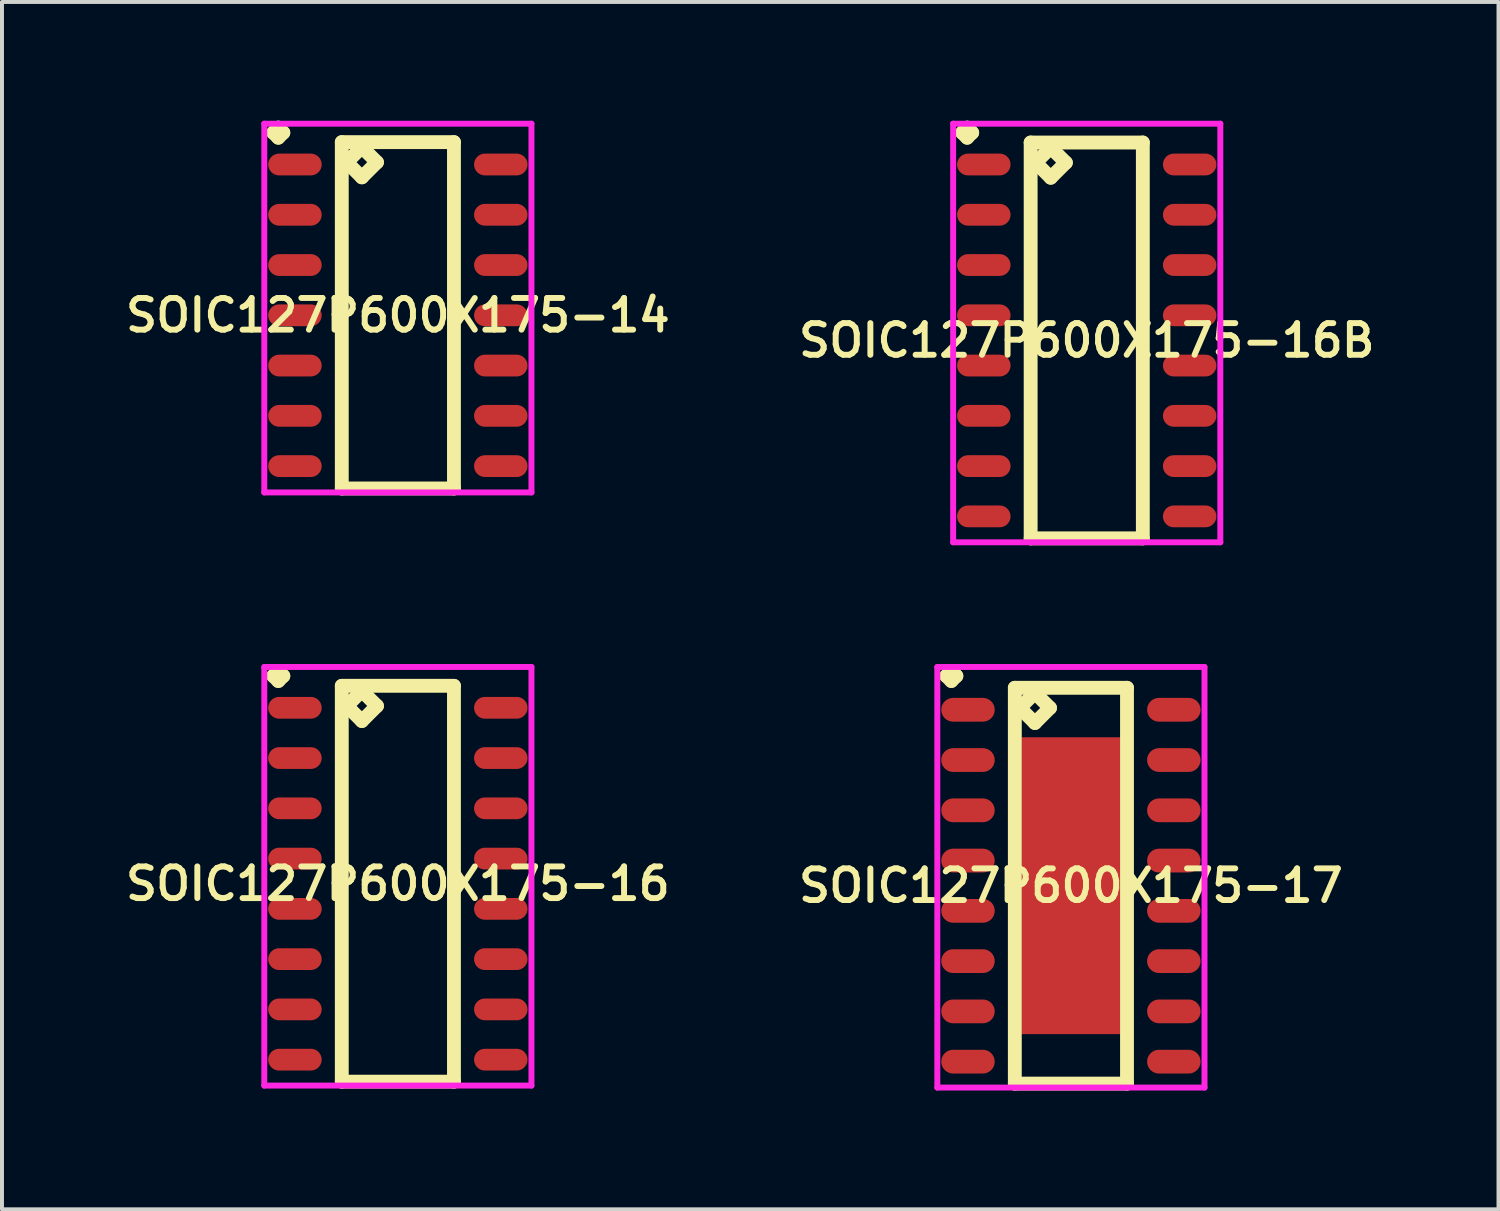
<source format=kicad_pcb>
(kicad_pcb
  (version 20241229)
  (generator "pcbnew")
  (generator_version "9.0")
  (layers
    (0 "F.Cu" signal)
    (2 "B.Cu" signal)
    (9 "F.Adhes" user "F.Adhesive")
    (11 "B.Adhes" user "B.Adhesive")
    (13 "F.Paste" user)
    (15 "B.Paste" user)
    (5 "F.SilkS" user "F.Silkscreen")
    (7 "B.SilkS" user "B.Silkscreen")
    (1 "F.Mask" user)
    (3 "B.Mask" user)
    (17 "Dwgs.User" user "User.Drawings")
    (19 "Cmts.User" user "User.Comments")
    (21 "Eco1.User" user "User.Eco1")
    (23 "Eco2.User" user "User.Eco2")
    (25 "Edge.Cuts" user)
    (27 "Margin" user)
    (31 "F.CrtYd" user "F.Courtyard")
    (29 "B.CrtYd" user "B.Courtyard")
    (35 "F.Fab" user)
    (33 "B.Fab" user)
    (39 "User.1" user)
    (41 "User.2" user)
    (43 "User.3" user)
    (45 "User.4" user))
  (footprint "SOIC127P600X175-16"
    (layer "F.Cu")
    (at 7.002 19.277)
    (property "Reference" "SOIC127P600X175-16" (at 0 0 0) (layer "F.SilkS") (effects (font (size 0.8 0.8) (thickness 0.15))))
    (attr smd)
    (fp_line (start -3.148 -5.249) (end -3.021 -5.376) (stroke (width 0.35) (type solid)) (layer "F.SilkS"))
    (fp_line (start -3.021 -5.376) (end -2.894 -5.249) (stroke (width 0.35) (type solid)) (layer "F.SilkS"))
    (fp_line (start -3.021 -5.122) (end -3.148 -5.249) (stroke (width 0.35) (type solid)) (layer "F.SilkS"))
    (fp_line (start -2.894 -5.249) (end -3.021 -5.122) (stroke (width 0.35) (type solid)) (layer "F.SilkS"))
    (fp_line (start -1.417 -5) (end -1.417 5) (stroke (width 0.35) (type solid)) (layer "F.SilkS"))
    (fp_line (start -1.417 5) (end 1.417 5) (stroke (width 0.35) (type solid)) (layer "F.SilkS"))
    (fp_line (start -1.29 -4.492) (end -0.909 -4.873) (stroke (width 0.35) (type solid)) (layer "F.SilkS"))
    (fp_line (start -0.909 -4.873) (end -0.528 -4.492) (stroke (width 0.35) (type solid)) (layer "F.SilkS"))
    (fp_line (start -0.909 -4.111) (end -1.29 -4.492) (stroke (width 0.35) (type solid)) (layer "F.SilkS"))
    (fp_line (start -0.528 -4.492) (end -0.909 -4.111) (stroke (width 0.35) (type solid)) (layer "F.SilkS"))
    (fp_line (start 1.417 -5) (end -1.417 -5) (stroke (width 0.35) (type solid)) (layer "F.SilkS"))
    (fp_line (start 1.417 5) (end 1.417 -5) (stroke (width 0.35) (type solid)) (layer "F.SilkS"))
    (fp_line (start -3.375 -5.476) (end 3.375 -5.476) (stroke (width 0.15) (type solid)) (layer "F.CrtYd"))
    (fp_line (start -3.375 5.1) (end -3.375 -5.476) (stroke (width 0.15) (type solid)) (layer "F.CrtYd"))
    (fp_line (start 3.375 -5.476) (end 3.375 5.1) (stroke (width 0.15) (type solid)) (layer "F.CrtYd"))
    (fp_line (start 3.375 5.1) (end -3.375 5.1) (stroke (width 0.15) (type solid)) (layer "F.CrtYd"))
    (pad "1" smd oval (at -2.6 -4.445) (size 1.35 0.55) (layers "F.Cu" "F.Mask" "F.Paste"))
    (pad "2" smd oval (at -2.6 -3.175) (size 1.35 0.55) (layers "F.Cu" "F.Mask" "F.Paste"))
    (pad "3" smd oval (at -2.6 -1.905) (size 1.35 0.55) (layers "F.Cu" "F.Mask" "F.Paste"))
    (pad "4" smd oval (at -2.6 -0.635) (size 1.35 0.55) (layers "F.Cu" "F.Mask" "F.Paste"))
    (pad "5" smd oval (at -2.6 0.635) (size 1.35 0.55) (layers "F.Cu" "F.Mask" "F.Paste"))
    (pad "6" smd oval (at -2.6 1.905) (size 1.35 0.55) (layers "F.Cu" "F.Mask" "F.Paste"))
    (pad "7" smd oval (at -2.6 3.175) (size 1.35 0.55) (layers "F.Cu" "F.Mask" "F.Paste"))
    (pad "8" smd oval (at -2.6 4.445) (size 1.35 0.55) (layers "F.Cu" "F.Mask" "F.Paste"))
    (pad "9" smd oval (at 2.6 4.445) (size 1.35 0.55) (layers "F.Cu" "F.Mask" "F.Paste"))
    (pad "10" smd oval (at 2.6 3.175) (size 1.35 0.55) (layers "F.Cu" "F.Mask" "F.Paste"))
    (pad "11" smd oval (at 2.6 1.905) (size 1.35 0.55) (layers "F.Cu" "F.Mask" "F.Paste"))
    (pad "12" smd oval (at 2.6 0.635) (size 1.35 0.55) (layers "F.Cu" "F.Mask" "F.Paste"))
    (pad "13" smd oval (at 2.6 -0.635) (size 1.35 0.55) (layers "F.Cu" "F.Mask" "F.Paste"))
    (pad "14" smd oval (at 2.6 -1.905) (size 1.35 0.55) (layers "F.Cu" "F.Mask" "F.Paste"))
    (pad "15" smd oval (at 2.6 -3.175) (size 1.35 0.55) (layers "F.Cu" "F.Mask" "F.Paste"))
    (pad "16" smd oval (at 2.6 -4.445) (size 1.35 0.55) (layers "F.Cu" "F.Mask" "F.Paste")))
  (footprint "SOIC127P600X175-16B"
    (layer "F.Cu")
    (at 24.406 5.551)
    (property "Reference" "SOIC127P600X175-16B" (at 0 0 0) (layer "F.SilkS") (effects (font (size 0.8 0.8) (thickness 0.15))))
    (attr through_hole)
    (fp_line (start -3.148 -5.249) (end -3.021 -5.376) (stroke (width 0.35) (type solid)) (layer "F.SilkS"))
    (fp_line (start -3.021 -5.376) (end -2.894 -5.249) (stroke (width 0.35) (type solid)) (layer "F.SilkS"))
    (fp_line (start -3.021 -5.122) (end -3.148 -5.249) (stroke (width 0.35) (type solid)) (layer "F.SilkS"))
    (fp_line (start -2.894 -5.249) (end -3.021 -5.122) (stroke (width 0.35) (type solid)) (layer "F.SilkS"))
    (fp_line (start -1.417 -5) (end -1.417 5) (stroke (width 0.35) (type solid)) (layer "F.SilkS"))
    (fp_line (start -1.417 5) (end 1.417 5) (stroke (width 0.35) (type solid)) (layer "F.SilkS"))
    (fp_line (start -1.29 -4.492) (end -0.909 -4.873) (stroke (width 0.35) (type solid)) (layer "F.SilkS"))
    (fp_line (start -0.909 -4.873) (end -0.528 -4.492) (stroke (width 0.35) (type solid)) (layer "F.SilkS"))
    (fp_line (start -0.909 -4.111) (end -1.29 -4.492) (stroke (width 0.35) (type solid)) (layer "F.SilkS"))
    (fp_line (start -0.528 -4.492) (end -0.909 -4.111) (stroke (width 0.35) (type solid)) (layer "F.SilkS"))
    (fp_line (start 1.417 -5) (end -1.417 -5) (stroke (width 0.35) (type solid)) (layer "F.SilkS"))
    (fp_line (start 1.417 5) (end 1.417 -5) (stroke (width 0.35) (type solid)) (layer "F.SilkS"))
    (fp_line (start -3.375 -5.476) (end 3.375 -5.476) (stroke (width 0.15) (type solid)) (layer "F.CrtYd"))
    (fp_line (start -3.375 5.1) (end -3.375 -5.476) (stroke (width 0.15) (type solid)) (layer "F.CrtYd"))
    (fp_line (start 3.375 -5.476) (end 3.375 5.1) (stroke (width 0.15) (type solid)) (layer "F.CrtYd"))
    (fp_line (start 3.375 5.1) (end -3.375 5.1) (stroke (width 0.15) (type solid)) (layer "F.CrtYd"))
    (pad "1" smd oval (at -2.6 -4.445) (size 1.35 0.55) (layers "F.Cu" "F.Mask" "F.Paste"))
    (pad "2" smd oval (at -2.6 -3.175) (size 1.35 0.55) (layers "F.Cu" "F.Mask" "F.Paste"))
    (pad "3" smd oval (at -2.6 -1.905) (size 1.35 0.55) (layers "F.Cu" "F.Mask" "F.Paste"))
    (pad "4" smd oval (at -2.6 -0.635) (size 1.35 0.55) (layers "F.Cu" "F.Mask" "F.Paste"))
    (pad "5" smd oval (at -2.6 0.635) (size 1.35 0.55) (layers "F.Cu" "F.Mask" "F.Paste"))
    (pad "6" smd oval (at -2.6 1.905) (size 1.35 0.55) (layers "F.Cu" "F.Mask" "F.Paste"))
    (pad "7" smd oval (at -2.6 3.175) (size 1.35 0.55) (layers "F.Cu" "F.Mask" "F.Paste"))
    (pad "8" smd oval (at -2.6 4.445) (size 1.35 0.55) (layers "F.Cu" "F.Mask" "F.Paste"))
    (pad "9" smd oval (at 2.6 4.445) (size 1.35 0.55) (layers "F.Cu" "F.Mask" "F.Paste"))
    (pad "10" smd oval (at 2.6 3.175) (size 1.35 0.55) (layers "F.Cu" "F.Mask" "F.Paste"))
    (pad "11" smd oval (at 2.6 1.905) (size 1.35 0.55) (layers "F.Cu" "F.Mask" "F.Paste"))
    (pad "12" smd oval (at 2.6 0.635) (size 1.35 0.55) (layers "F.Cu" "F.Mask" "F.Paste"))
    (pad "13" smd oval (at 2.6 -0.635) (size 1.35 0.55) (layers "F.Cu" "F.Mask" "F.Paste"))
    (pad "14" smd oval (at 2.6 -1.905) (size 1.35 0.55) (layers "F.Cu" "F.Mask" "F.Paste"))
    (pad "15" smd oval (at 2.6 -3.175) (size 1.35 0.55) (layers "F.Cu" "F.Mask" "F.Paste"))
    (pad "16" smd oval (at 2.6 -4.445) (size 1.35 0.55) (layers "F.Cu" "F.Mask" "F.Paste")))
  (footprint "SOIC127P600X175-14"
    (layer "F.Cu")
    (at 7.002 4.916)
    (property "Reference" "SOIC127P600X175-14" (at 0 0 0) (layer "F.SilkS") (effects (font (size 0.8 0.8) (thickness 0.15))))
    (attr smd)
    (fp_line (start -3.148 -4.614) (end -3.021 -4.741) (stroke (width 0.35) (type solid)) (layer "F.SilkS"))
    (fp_line (start -3.021 -4.741) (end -2.894 -4.614) (stroke (width 0.35) (type solid)) (layer "F.SilkS"))
    (fp_line (start -3.021 -4.487) (end -3.148 -4.614) (stroke (width 0.35) (type solid)) (layer "F.SilkS"))
    (fp_line (start -2.894 -4.614) (end -3.021 -4.487) (stroke (width 0.35) (type solid)) (layer "F.SilkS"))
    (fp_line (start -1.417 -4.375) (end -1.417 4.375) (stroke (width 0.35) (type solid)) (layer "F.SilkS"))
    (fp_line (start -1.417 4.375) (end 1.417 4.375) (stroke (width 0.35) (type solid)) (layer "F.SilkS"))
    (fp_line (start -1.29 -3.867) (end -0.909 -4.248) (stroke (width 0.35) (type solid)) (layer "F.SilkS"))
    (fp_line (start -0.909 -4.248) (end -0.528 -3.867) (stroke (width 0.35) (type solid)) (layer "F.SilkS"))
    (fp_line (start -0.909 -3.486) (end -1.29 -3.867) (stroke (width 0.35) (type solid)) (layer "F.SilkS"))
    (fp_line (start -0.528 -3.867) (end -0.909 -3.486) (stroke (width 0.35) (type solid)) (layer "F.SilkS"))
    (fp_line (start 1.417 -4.375) (end -1.417 -4.375) (stroke (width 0.35) (type solid)) (layer "F.SilkS"))
    (fp_line (start 1.417 4.375) (end 1.417 -4.375) (stroke (width 0.35) (type solid)) (layer "F.SilkS"))
    (fp_line (start -3.375 -4.841) (end 3.375 -4.841) (stroke (width 0.15) (type solid)) (layer "F.CrtYd"))
    (fp_line (start -3.375 4.475) (end -3.375 -4.841) (stroke (width 0.15) (type solid)) (layer "F.CrtYd"))
    (fp_line (start 3.375 -4.841) (end 3.375 4.475) (stroke (width 0.15) (type solid)) (layer "F.CrtYd"))
    (fp_line (start 3.375 4.475) (end -3.375 4.475) (stroke (width 0.15) (type solid)) (layer "F.CrtYd"))
    (pad "1" smd oval (at -2.6 -3.81) (size 1.35 0.55) (layers "F.Cu" "F.Mask" "F.Paste"))
    (pad "2" smd oval (at -2.6 -2.54) (size 1.35 0.55) (layers "F.Cu" "F.Mask" "F.Paste"))
    (pad "3" smd oval (at -2.6 -1.27) (size 1.35 0.55) (layers "F.Cu" "F.Mask" "F.Paste"))
    (pad "4" smd oval (at -2.6 0) (size 1.35 0.55) (layers "F.Cu" "F.Mask" "F.Paste"))
    (pad "5" smd oval (at -2.6 1.27) (size 1.35 0.55) (layers "F.Cu" "F.Mask" "F.Paste"))
    (pad "6" smd oval (at -2.6 2.54) (size 1.35 0.55) (layers "F.Cu" "F.Mask" "F.Paste"))
    (pad "7" smd oval (at -2.6 3.81) (size 1.35 0.55) (layers "F.Cu" "F.Mask" "F.Paste"))
    (pad "8" smd oval (at 2.6 3.81) (size 1.35 0.55) (layers "F.Cu" "F.Mask" "F.Paste"))
    (pad "9" smd oval (at 2.6 2.54) (size 1.35 0.55) (layers "F.Cu" "F.Mask" "F.Paste"))
    (pad "10" smd oval (at 2.6 1.27) (size 1.35 0.55) (layers "F.Cu" "F.Mask" "F.Paste"))
    (pad "11" smd oval (at 2.6 0) (size 1.35 0.55) (layers "F.Cu" "F.Mask" "F.Paste"))
    (pad "12" smd oval (at 2.6 -1.27) (size 1.35 0.55) (layers "F.Cu" "F.Mask" "F.Paste"))
    (pad "13" smd oval (at 2.6 -2.54) (size 1.35 0.55) (layers "F.Cu" "F.Mask" "F.Paste"))
    (pad "14" smd oval (at 2.6 -3.81) (size 1.35 0.55) (layers "F.Cu" "F.Mask" "F.Paste")))
  (footprint "SOIC127P600X175-17"
    (layer "F.Cu")
    (at 24.006 19.327)
    (property "Reference" "SOIC127P600X175-17" (at 0 0 0) (layer "F.SilkS") (effects (font (size 0.8 0.8) (thickness 0.15))))
    (attr through_hole)
    (fp_line (start -3.148 -5.299) (end -3.021 -5.426) (stroke (width 0.35) (type solid)) (layer "F.SilkS"))
    (fp_line (start -3.021 -5.426) (end -2.894 -5.299) (stroke (width 0.35) (type solid)) (layer "F.SilkS"))
    (fp_line (start -3.021 -5.172) (end -3.148 -5.299) (stroke (width 0.35) (type solid)) (layer "F.SilkS"))
    (fp_line (start -2.894 -5.299) (end -3.021 -5.172) (stroke (width 0.35) (type solid)) (layer "F.SilkS"))
    (fp_line (start -1.417 -5) (end -1.417 5) (stroke (width 0.35) (type solid)) (layer "F.SilkS"))
    (fp_line (start -1.417 5) (end 1.417 5) (stroke (width 0.35) (type solid)) (layer "F.SilkS"))
    (fp_line (start -1.29 -4.492) (end -0.909 -4.873) (stroke (width 0.35) (type solid)) (layer "F.SilkS"))
    (fp_line (start -0.909 -4.873) (end -0.528 -4.492) (stroke (width 0.35) (type solid)) (layer "F.SilkS"))
    (fp_line (start -0.909 -4.111) (end -1.29 -4.492) (stroke (width 0.35) (type solid)) (layer "F.SilkS"))
    (fp_line (start -0.528 -4.492) (end -0.909 -4.111) (stroke (width 0.35) (type solid)) (layer "F.SilkS"))
    (fp_line (start 1.417 -5) (end -1.417 -5) (stroke (width 0.35) (type solid)) (layer "F.SilkS"))
    (fp_line (start 1.417 5) (end 1.417 -5) (stroke (width 0.35) (type solid)) (layer "F.SilkS"))
    (fp_line (start -3.375 -5.526) (end 3.375 -5.526) (stroke (width 0.15) (type solid)) (layer "F.CrtYd"))
    (fp_line (start -3.375 5.1) (end -3.375 -5.526) (stroke (width 0.15) (type solid)) (layer "F.CrtYd"))
    (fp_line (start 3.375 -5.526) (end 3.375 5.1) (stroke (width 0.15) (type solid)) (layer "F.CrtYd"))
    (fp_line (start 3.375 5.1) (end -3.375 5.1) (stroke (width 0.15) (type solid)) (layer "F.CrtYd"))
    (pad "1" smd oval (at -2.6 -4.445) (size 1.35 0.6) (layers "F.Cu" "F.Mask" "F.Paste"))
    (pad "2" smd oval (at -2.6 -3.175) (size 1.35 0.6) (layers "F.Cu" "F.Mask" "F.Paste"))
    (pad "3" smd oval (at -2.6 -1.905) (size 1.35 0.6) (layers "F.Cu" "F.Mask" "F.Paste"))
    (pad "4" smd oval (at -2.6 -0.635) (size 1.35 0.6) (layers "F.Cu" "F.Mask" "F.Paste"))
    (pad "5" smd oval (at -2.6 0.635) (size 1.35 0.6) (layers "F.Cu" "F.Mask" "F.Paste"))
    (pad "6" smd oval (at -2.6 1.905) (size 1.35 0.6) (layers "F.Cu" "F.Mask" "F.Paste"))
    (pad "7" smd oval (at -2.6 3.175) (size 1.35 0.6) (layers "F.Cu" "F.Mask" "F.Paste"))
    (pad "8" smd oval (at -2.6 4.445) (size 1.35 0.6) (layers "F.Cu" "F.Mask" "F.Paste"))
    (pad "9" smd oval (at 2.6 4.445) (size 1.35 0.6) (layers "F.Cu" "F.Mask" "F.Paste"))
    (pad "10" smd oval (at 2.6 3.175) (size 1.35 0.6) (layers "F.Cu" "F.Mask" "F.Paste"))
    (pad "11" smd oval (at 2.6 1.905) (size 1.35 0.6) (layers "F.Cu" "F.Mask" "F.Paste"))
    (pad "12" smd oval (at 2.6 0.635) (size 1.35 0.6) (layers "F.Cu" "F.Mask" "F.Paste"))
    (pad "13" smd oval (at 2.6 -0.635) (size 1.35 0.6) (layers "F.Cu" "F.Mask" "F.Paste"))
    (pad "14" smd oval (at 2.6 -1.905) (size 1.35 0.6) (layers "F.Cu" "F.Mask" "F.Paste"))
    (pad "15" smd oval (at 2.6 -3.175) (size 1.35 0.6) (layers "F.Cu" "F.Mask" "F.Paste"))
    (pad "16" smd oval (at 2.6 -4.445) (size 1.35 0.6) (layers "F.Cu" "F.Mask" "F.Paste"))
    (pad "17" smd rect (at 0 0) (size 2.5 7.5) (layers "F.Cu" "F.Mask" "F.Paste")))
  (gr_rect
    (start -3 -3)
    (end 34.809 27.502)
    (stroke (width 0.1) (type default))
    (fill no)
    (layer "Edge.Cuts")))
</source>
